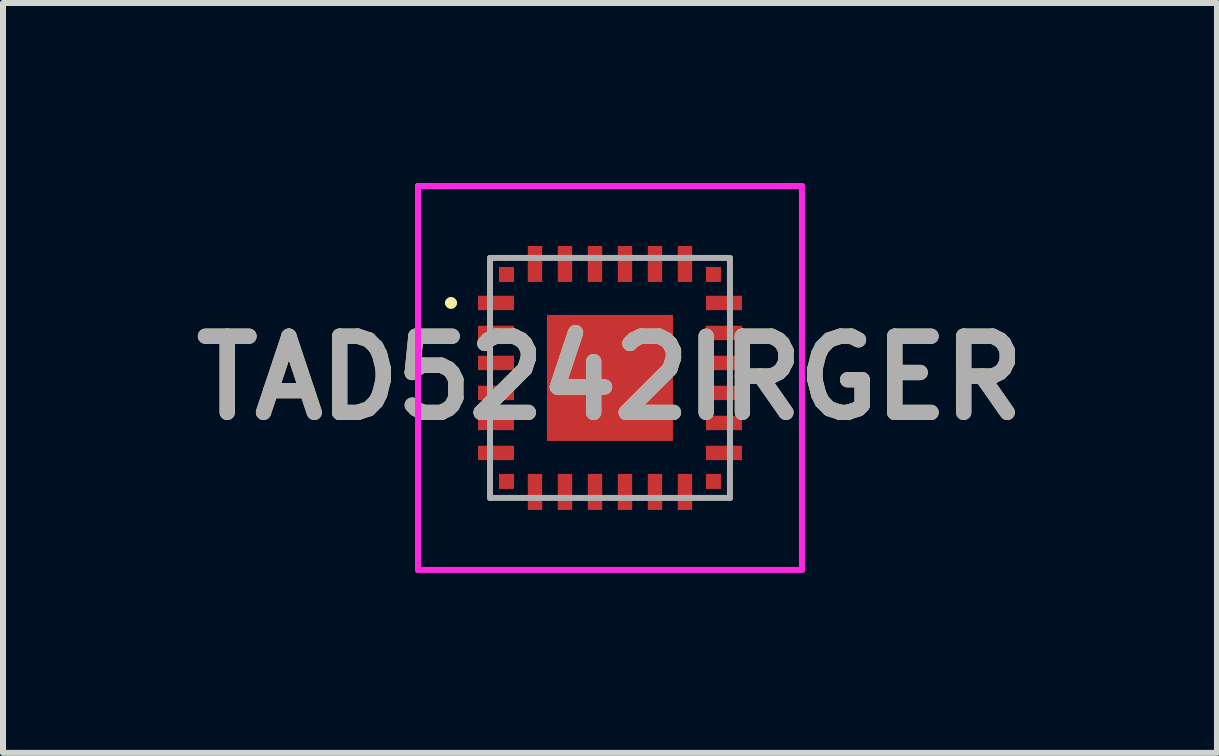
<source format=kicad_pcb>
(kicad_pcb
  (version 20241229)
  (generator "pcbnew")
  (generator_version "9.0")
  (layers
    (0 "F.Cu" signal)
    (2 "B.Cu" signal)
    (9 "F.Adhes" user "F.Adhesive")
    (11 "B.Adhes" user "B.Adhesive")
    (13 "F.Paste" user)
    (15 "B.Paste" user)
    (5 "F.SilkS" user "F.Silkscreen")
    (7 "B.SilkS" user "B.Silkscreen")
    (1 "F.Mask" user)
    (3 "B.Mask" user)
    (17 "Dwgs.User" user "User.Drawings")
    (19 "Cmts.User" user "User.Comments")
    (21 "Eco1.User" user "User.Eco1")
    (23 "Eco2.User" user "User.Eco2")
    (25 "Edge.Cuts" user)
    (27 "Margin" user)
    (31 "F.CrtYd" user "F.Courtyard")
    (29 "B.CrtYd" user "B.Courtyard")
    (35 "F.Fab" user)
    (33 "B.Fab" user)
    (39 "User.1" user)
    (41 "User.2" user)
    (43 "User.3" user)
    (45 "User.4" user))
  (footprint "TAD5242IRGER"
    (layer "F.Cu")
    (at 7.118 3.25)
    (property "Reference" "TAD5242IRGER" (at 0 0 0) (layer "F.SilkS") (effects (font (size 1.27 1.27) (thickness 0.254))))
    (attr smd)
    (fp_line (start -2.7 -1.25) (end -2.7 -1.25) (stroke (width 0.1) (type solid)) (layer "F.SilkS"))
    (fp_line (start -2.6 -1.25) (end -2.6 -1.25) (stroke (width 0.1) (type solid)) (layer "F.SilkS"))
    (fp_arc (start -2.7 -1.25) (mid -2.65 -1.3) (end -2.6 -1.25) (stroke (width 0.1) (type solid)) (layer "F.SilkS"))
    (fp_arc (start -2.6 -1.25) (mid -2.65 -1.2) (end -2.7 -1.25) (stroke (width 0.1) (type solid)) (layer "F.SilkS"))
    (fp_line (start -3.2 -3.2) (end 3.2 -3.2) (stroke (width 0.1) (type solid)) (layer "F.CrtYd"))
    (fp_line (start -3.2 3.2) (end -3.2 -3.2) (stroke (width 0.1) (type solid)) (layer "F.CrtYd"))
    (fp_line (start 3.2 -3.2) (end 3.2 3.2) (stroke (width 0.1) (type solid)) (layer "F.CrtYd"))
    (fp_line (start 3.2 3.2) (end -3.2 3.2) (stroke (width 0.1) (type solid)) (layer "F.CrtYd"))
    (fp_line (start -2 -2) (end 2 -2) (stroke (width 0.1) (type solid)) (layer "F.Fab"))
    (fp_line (start -2 2) (end -2 -2) (stroke (width 0.1) (type solid)) (layer "F.Fab"))
    (fp_line (start 2 -2) (end 2 2) (stroke (width 0.1) (type solid)) (layer "F.Fab"))
    (fp_line (start 2 2) (end -2 2) (stroke (width 0.1) (type solid)) (layer "F.Fab"))
    (fp_text user "${REFERENCE}" (at 0 0 0) (layer "F.Fab") (effects (font (size 1.27 1.27) (thickness 0.254))))
    (pad "1" smd rect (at -1.9 -1.25 90) (size 0.24 0.6) (layers "F.Cu" "F.Mask" "F.Paste"))
    (pad "2" smd rect (at -1.9 -0.75 90) (size 0.24 0.6) (layers "F.Cu" "F.Mask" "F.Paste"))
    (pad "3" smd rect (at -1.9 -0.25 90) (size 0.24 0.6) (layers "F.Cu" "F.Mask" "F.Paste"))
    (pad "4" smd rect (at -1.9 0.25 90) (size 0.24 0.6) (layers "F.Cu" "F.Mask" "F.Paste"))
    (pad "5" smd rect (at -1.9 0.75 90) (size 0.24 0.6) (layers "F.Cu" "F.Mask" "F.Paste"))
    (pad "6" smd rect (at -1.9 1.25 90) (size 0.24 0.6) (layers "F.Cu" "F.Mask" "F.Paste"))
    (pad "7" smd rect (at -1.25 1.9) (size 0.24 0.6) (layers "F.Cu" "F.Mask" "F.Paste"))
    (pad "8" smd rect (at -0.75 1.9) (size 0.24 0.6) (layers "F.Cu" "F.Mask" "F.Paste"))
    (pad "9" smd rect (at -0.25 1.9) (size 0.24 0.6) (layers "F.Cu" "F.Mask" "F.Paste"))
    (pad "10" smd rect (at 0.25 1.9) (size 0.24 0.6) (layers "F.Cu" "F.Mask" "F.Paste"))
    (pad "11" smd rect (at 0.75 1.9) (size 0.24 0.6) (layers "F.Cu" "F.Mask" "F.Paste"))
    (pad "12" smd rect (at 1.25 1.9) (size 0.24 0.6) (layers "F.Cu" "F.Mask" "F.Paste"))
    (pad "13" smd rect (at 1.9 1.25 90) (size 0.24 0.6) (layers "F.Cu" "F.Mask" "F.Paste"))
    (pad "14" smd rect (at 1.9 0.75 90) (size 0.24 0.6) (layers "F.Cu" "F.Mask" "F.Paste"))
    (pad "15" smd rect (at 1.9 0.25 90) (size 0.24 0.6) (layers "F.Cu" "F.Mask" "F.Paste"))
    (pad "16" smd rect (at 1.9 -0.25 90) (size 0.24 0.6) (layers "F.Cu" "F.Mask" "F.Paste"))
    (pad "17" smd rect (at 1.9 -0.75 90) (size 0.24 0.6) (layers "F.Cu" "F.Mask" "F.Paste"))
    (pad "18" smd rect (at 1.9 -1.25 90) (size 0.24 0.6) (layers "F.Cu" "F.Mask" "F.Paste"))
    (pad "19" smd rect (at 1.25 -1.9) (size 0.24 0.6) (layers "F.Cu" "F.Mask" "F.Paste"))
    (pad "20" smd rect (at 0.75 -1.9) (size 0.24 0.6) (layers "F.Cu" "F.Mask" "F.Paste"))
    (pad "21" smd rect (at 0.25 -1.9) (size 0.24 0.6) (layers "F.Cu" "F.Mask" "F.Paste"))
    (pad "22" smd rect (at -0.25 -1.9) (size 0.24 0.6) (layers "F.Cu" "F.Mask" "F.Paste"))
    (pad "23" smd rect (at -0.75 -1.9) (size 0.24 0.6) (layers "F.Cu" "F.Mask" "F.Paste"))
    (pad "24" smd rect (at -1.25 -1.9) (size 0.24 0.6) (layers "F.Cu" "F.Mask" "F.Paste"))
    (pad "25" smd rect (at 0 0) (size 2.1 2.1) (layers "F.Cu" "F.Mask" "F.Paste"))
    (pad "A1" smd rect (at -1.725 -1.725) (size 0.25 0.25) (layers "F.Cu" "F.Mask" "F.Paste"))
    (pad "A2" smd rect (at -1.725 1.725) (size 0.25 0.25) (layers "F.Cu" "F.Mask" "F.Paste"))
    (pad "A3" smd rect (at 1.725 1.725) (size 0.25 0.25) (layers "F.Cu" "F.Mask" "F.Paste"))
    (pad "A4" smd rect (at 1.725 -1.725) (size 0.25 0.25) (layers "F.Cu" "F.Mask" "F.Paste")))
  (gr_rect
    (start -3 -3)
    (end 17.236 9.5)
    (stroke (width 0.1) (type default))
    (fill no)
    (layer "Edge.Cuts")))
</source>
